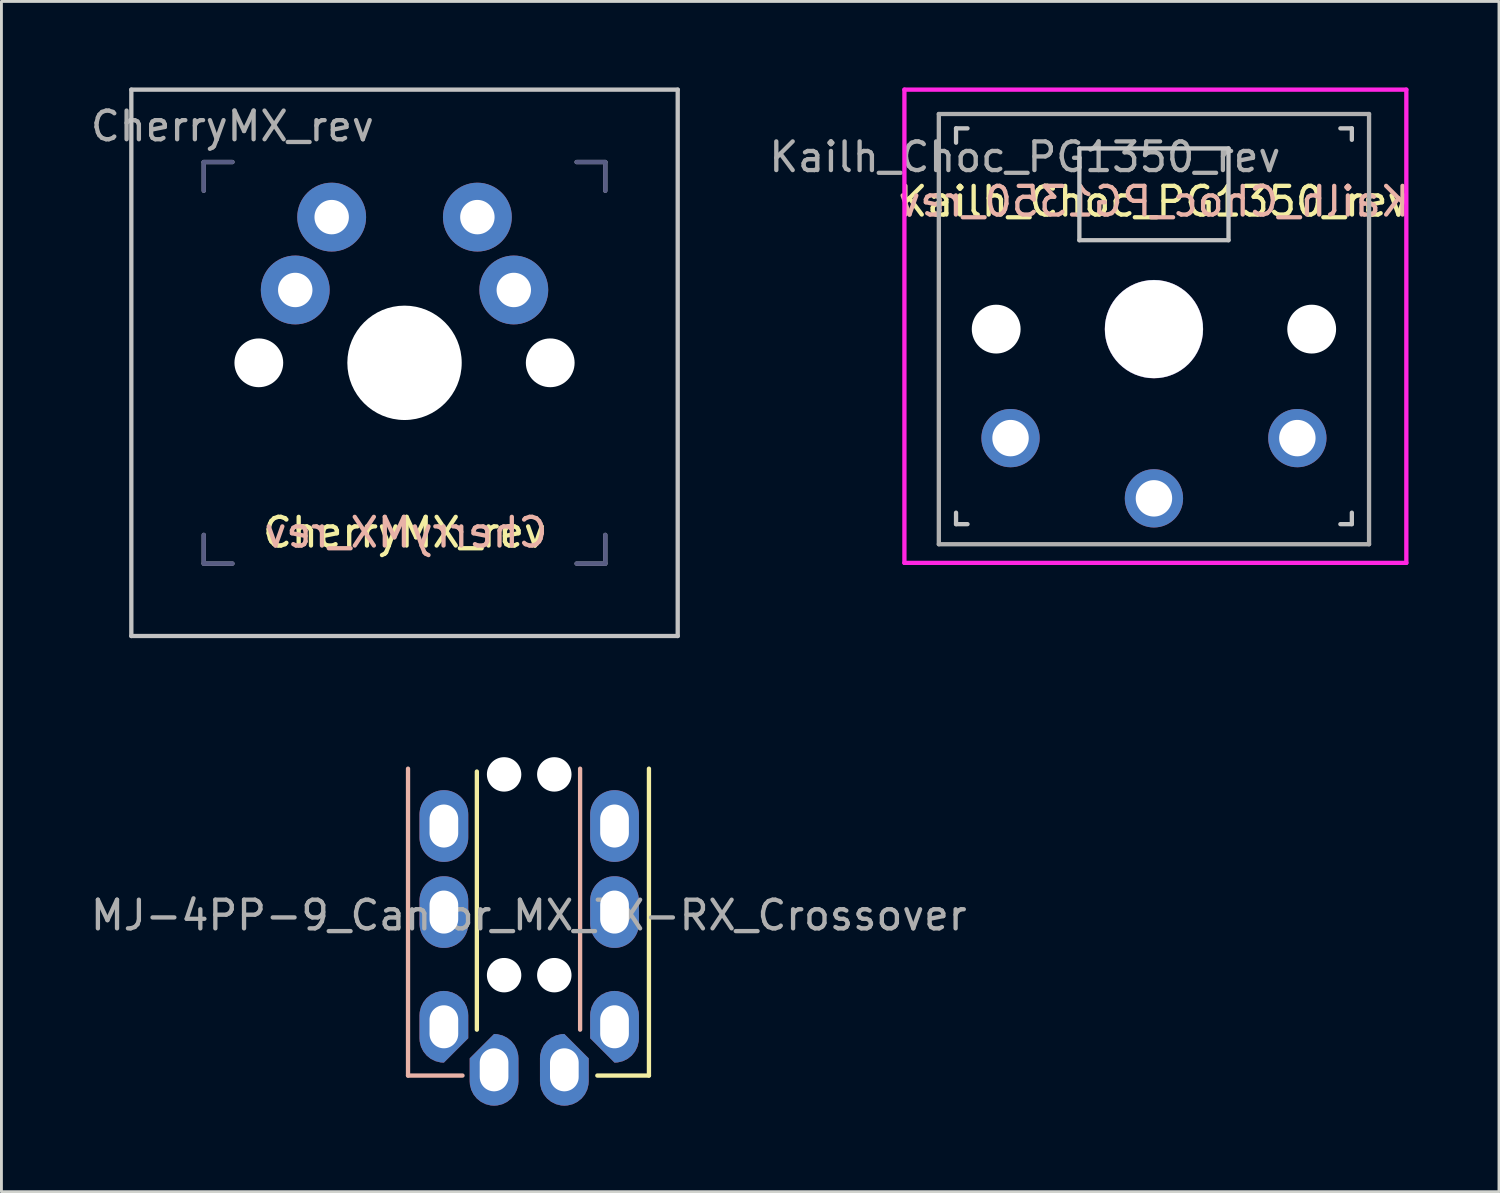
<source format=kicad_pcb>
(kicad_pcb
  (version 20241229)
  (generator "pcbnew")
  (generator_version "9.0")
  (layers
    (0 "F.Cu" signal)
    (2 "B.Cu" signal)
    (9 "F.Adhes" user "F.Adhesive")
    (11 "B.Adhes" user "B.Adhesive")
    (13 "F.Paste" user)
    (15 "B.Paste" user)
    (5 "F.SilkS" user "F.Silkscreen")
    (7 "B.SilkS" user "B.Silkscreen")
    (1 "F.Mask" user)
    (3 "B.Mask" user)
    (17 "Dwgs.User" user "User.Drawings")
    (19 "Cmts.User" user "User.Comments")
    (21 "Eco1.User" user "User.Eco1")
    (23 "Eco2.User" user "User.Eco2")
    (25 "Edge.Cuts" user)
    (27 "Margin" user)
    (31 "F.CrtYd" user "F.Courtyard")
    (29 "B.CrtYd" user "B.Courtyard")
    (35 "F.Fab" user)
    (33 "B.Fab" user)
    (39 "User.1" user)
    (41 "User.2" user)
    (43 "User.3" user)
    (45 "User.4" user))
  (footprint "MJ-4PP-9_Cantor_MX_TX-RX_Crossover"
    (layer "F.Cu")
    (at 16.276 22.45)
    (property "Reference" "MJ-4PP-9_Cantor_MX_TX-RX_Crossover" (at -0.889 6.413 0) (layer "F.Fab") (effects (font (size 1 1) (thickness 0.15))))
    (attr through_hole)
    (fp_line (start -2.7 10.4) (end -2.7 1.4) (stroke (width 0.15) (type solid)) (layer "F.SilkS"))
    (fp_line (start 1.5 12) (end 3.3 12) (stroke (width 0.15) (type solid)) (layer "F.SilkS"))
    (fp_line (start 3.3 1.3) (end 3.3 12) (stroke (width 0.15) (type solid)) (layer "F.SilkS"))
    (fp_line (start -5.1 12) (end -5.1 1.3) (stroke (width 0.15) (type solid)) (layer "B.SilkS"))
    (fp_line (start -5.1 12) (end -3.2 12) (stroke (width 0.15) (type solid)) (layer "B.SilkS"))
    (fp_line (start 0.9 1.3) (end 0.9 10.4) (stroke (width 0.15) (type solid)) (layer "B.SilkS"))
    (pad "" np_thru_hole circle (at -1.75 1.5) (size 1.2 1.2) (drill 1.2) (layers "*.Cu"))
    (pad "" np_thru_hole circle (at -1.75 8.5) (size 1.2 1.2) (drill 1.2) (layers "*.Cu"))
    (pad "" np_thru_hole circle (at 0 1.5) (size 1.2 1.2) (drill 1.2) (layers "*.Cu"))
    (pad "" np_thru_hole circle (at 0 8.5) (size 1.2 1.2) (drill 1.2) (layers "*.Cu"))
    (pad "1" thru_hole roundrect (at -2.1 11.8) (size 1.7 2.5) (drill oval 1 1.5) (layers "*.Cu" "B.Mask") (roundrect_rratio 0.5) (chamfer_ratio 0.5) (chamfer top_left))
    (pad "1" thru_hole roundrect (at 0.35 11.8) (size 1.7 2.5) (drill oval 1 1.5) (layers "*.Cu" "F.Mask") (roundrect_rratio 0.5) (chamfer_ratio 0.5) (chamfer top_right))
    (pad "2" thru_hole roundrect (at -3.85 10.3) (size 1.7 2.5) (drill oval 1 1.5) (layers "*.Cu" "F.Mask") (roundrect_rratio 0.5) (chamfer_ratio 0.5) (chamfer bottom_right))
    (pad "2" thru_hole roundrect (at 2.1 10.3) (size 1.7 2.5) (drill oval 1 1.5) (layers "*.Cu" "B.Mask") (roundrect_rratio 0.5) (chamfer_ratio 0.5) (chamfer bottom_left))
    (pad "3" thru_hole oval (at -3.85 6.3) (size 1.7 2.5) (drill oval 1 1.5) (layers "*.Cu" "F.Mask"))
    (pad "3" thru_hole oval (at 2.1 3.3) (size 1.7 2.5) (drill oval 1 1.5) (layers "*.Cu" "B.Mask"))
    (pad "4" thru_hole oval (at -3.85 3.3) (size 1.7 2.5) (drill oval 1 1.5) (layers "*.Cu" "F.Mask"))
    (pad "4" thru_hole oval (at 2.1 6.3) (size 1.7 2.5) (drill oval 1 1.5) (layers "*.Cu" "B.Mask")))
  (footprint "Kailh_Choc_PG1350_rev"
    (layer "F.Cu")
    (at 37.183 8.425)
    (property "Reference" "Kailh_Choc_PG1350_rev" (at -4.5 -6 0) (layer "F.Fab") (effects (font (size 1 1) (thickness 0.15))))
    (attr through_hole)
    (fp_line (start -6.9 -6.5) (end -6.9 -7) (stroke (width 0.15) (type solid)) (layer "Dwgs.User"))
    (fp_line (start -6.9 6.4) (end -6.9 6.8) (stroke (width 0.15) (type solid)) (layer "Dwgs.User"))
    (fp_line (start -6.5 -7) (end -6.9 -7) (stroke (width 0.15) (type solid)) (layer "Dwgs.User"))
    (fp_line (start -6.5 6.8) (end -6.9 6.8) (stroke (width 0.15) (type solid)) (layer "Dwgs.User"))
    (fp_line (start -2.6 -3.1) (end -2.6 -6.3) (stroke (width 0.15) (type solid)) (layer "Dwgs.User"))
    (fp_line (start -2.6 -3.1) (end 2.6 -3.1) (stroke (width 0.15) (type solid)) (layer "Dwgs.User"))
    (fp_line (start 2.6 -6.3) (end -2.6 -6.3) (stroke (width 0.15) (type solid)) (layer "Dwgs.User"))
    (fp_line (start 2.6 -3.1) (end 2.6 -6.3) (stroke (width 0.15) (type solid)) (layer "Dwgs.User"))
    (fp_line (start 6.9 -7) (end 6.5 -7) (stroke (width 0.15) (type solid)) (layer "Dwgs.User"))
    (fp_line (start 6.9 -7) (end 6.9 -6.6) (stroke (width 0.15) (type solid)) (layer "Dwgs.User"))
    (fp_line (start 6.9 6.4) (end 6.9 6.8) (stroke (width 0.15) (type solid)) (layer "Dwgs.User"))
    (fp_line (start 6.9 6.8) (end 6.5 6.8) (stroke (width 0.15) (type solid)) (layer "Dwgs.User"))
    (fp_line (start -8.7 -8.35) (end -8.7 8.15) (stroke (width 0.15) (type solid)) (layer "F.CrtYd"))
    (fp_line (start -8.7 -8.35) (end 8.8 -8.35) (stroke (width 0.15) (type solid)) (layer "F.CrtYd"))
    (fp_line (start -8.7 8.15) (end 8.8 8.15) (stroke (width 0.15) (type solid)) (layer "F.CrtYd"))
    (fp_line (start 8.8 -8.35) (end 8.8 8.15) (stroke (width 0.15) (type solid)) (layer "F.CrtYd"))
    (fp_line (start -7.5 -7.5) (end 7.5 -7.5) (stroke (width 0.15) (type solid)) (layer "F.Fab"))
    (fp_line (start -7.5 7.5) (end -7.5 -7.5) (stroke (width 0.15) (type solid)) (layer "F.Fab"))
    (fp_line (start 7.5 -7.5) (end 7.5 7.5) (stroke (width 0.15) (type solid)) (layer "F.Fab"))
    (fp_line (start 7.5 7.5) (end -7.5 7.5) (stroke (width 0.15) (type solid)) (layer "F.Fab"))
    (fp_text user "${REFERENCE}" (at 0 -4.45 0) (unlocked yes) (layer "F.SilkS") (effects (font (size 1 1) (thickness 0.15))))
    (fp_text user "${REFERENCE}" (at 0 -4.45 0) (unlocked yes) (layer "B.SilkS") (effects (font (size 1 1) (thickness 0.15)) (justify mirror)))
    (pad "" np_thru_hole circle (at -5.5 0) (size 1.702 1.702) (drill 1.75) (layers "*.Cu" "*.Mask"))
    (pad "" np_thru_hole circle (at 0 0) (size 3.429 3.429) (drill 3.42) (layers "*.Cu" "*.Mask"))
    (pad "" np_thru_hole circle (at 5.5 0) (size 1.702 1.702) (drill 1.75) (layers "*.Cu" "*.Mask"))
    (pad "1" thru_hole circle (at 0 5.9) (size 2.032 2.032) (drill 1.27) (layers "*.Cu" "*.Mask"))
    (pad "2" thru_hole circle (at -5 3.8) (size 2.032 2.032) (drill 1.27) (layers "*.Cu" "*.Mask"))
    (pad "2" thru_hole circle (at 5 3.8) (size 2.032 2.032) (drill 1.27) (layers "*.Cu" "*.Mask")))
  (footprint "CherryMX_rev"
    (layer "F.Cu")
    (at 11.054 9.6)
    (property "Reference" "CherryMX_rev" (at -6 -8.25 180) (layer "F.Fab") (effects (font (size 1 1) (thickness 0.15))))
    (attr through_hole)
    (fp_line (start -9.525 9.525) (end -9.525 -9.525) (stroke (width 0.15) (type solid)) (layer "Dwgs.User"))
    (fp_line (start 9.525 -9.525) (end -9.525 -9.525) (stroke (width 0.15) (type solid)) (layer "Dwgs.User"))
    (fp_line (start 9.525 9.525) (end -9.525 9.525) (stroke (width 0.15) (type solid)) (layer "Dwgs.User"))
    (fp_line (start 9.525 9.525) (end 9.525 -9.525) (stroke (width 0.15) (type solid)) (layer "Dwgs.User"))
    (fp_line (start -7 -7) (end -7 -6) (stroke (width 0.15) (type solid)) (layer "B.Fab"))
    (fp_line (start -7 6) (end -7 7) (stroke (width 0.15) (type solid)) (layer "B.Fab"))
    (fp_line (start -7 7) (end -6 7) (stroke (width 0.15) (type solid)) (layer "B.Fab"))
    (fp_line (start -6 -7) (end -7 -7) (stroke (width 0.15) (type solid)) (layer "B.Fab"))
    (fp_line (start 6 7) (end 7 7) (stroke (width 0.15) (type solid)) (layer "B.Fab"))
    (fp_line (start 7 -7) (end 6 -7) (stroke (width 0.15) (type solid)) (layer "B.Fab"))
    (fp_line (start 7 -6) (end 7 -7) (stroke (width 0.15) (type solid)) (layer "B.Fab"))
    (fp_line (start 7 7) (end 7 6) (stroke (width 0.15) (type solid)) (layer "B.Fab"))
    (fp_line (start -7 -7) (end -7 -6) (stroke (width 0.15) (type solid)) (layer "F.Fab"))
    (fp_line (start -7 6) (end -7 7) (stroke (width 0.15) (type solid)) (layer "F.Fab"))
    (fp_line (start -7 7) (end -6 7) (stroke (width 0.15) (type solid)) (layer "F.Fab"))
    (fp_line (start -6 -7) (end -7 -7) (stroke (width 0.15) (type solid)) (layer "F.Fab"))
    (fp_line (start 6 7) (end 7 7) (stroke (width 0.15) (type solid)) (layer "F.Fab"))
    (fp_line (start 7 -7) (end 6 -7) (stroke (width 0.15) (type solid)) (layer "F.Fab"))
    (fp_line (start 7 -6) (end 7 -7) (stroke (width 0.15) (type solid)) (layer "F.Fab"))
    (fp_line (start 7 7) (end 7 6) (stroke (width 0.15) (type solid)) (layer "F.Fab"))
    (fp_text user "${REFERENCE}" (at 0 6.5 0) (unlocked yes) (layer "F.SilkS") (effects (font (size 1 1) (thickness 0.15)) (justify bottom)))
    (fp_text user "${REFERENCE}" (at 0.05 6.5 0) (unlocked yes) (layer "B.SilkS") (effects (font (size 1 1) (thickness 0.15)) (justify bottom mirror)))
    (pad "" np_thru_hole circle (at -5.08 0) (size 1.7 1.7) (drill 1.7) (layers "*.Cu"))
    (pad "" np_thru_hole circle (at 0 0) (size 3.988 3.988) (drill 3.988) (layers "*.Cu"))
    (pad "" np_thru_hole circle (at 5.08 0) (size 1.7 1.7) (drill 1.7) (layers "*.Cu"))
    (pad "1" thru_hole circle (at -3.81 -2.54) (size 2.4 2.4) (drill 1.2) (layers "*.Cu" "B.Mask"))
    (pad "1" thru_hole circle (at 3.81 -2.54) (size 2.4 2.4) (drill 1.2) (layers "*.Cu" "F.Mask"))
    (pad "2" thru_hole circle (at -2.54 -5.08) (size 2.4 2.4) (drill 1.2) (layers "*.Cu" "F.Mask"))
    (pad "2" thru_hole circle (at 2.54 -5.08) (size 2.4 2.4) (drill 1.2) (layers "*.Cu" "B.Mask")))
  (gr_rect
    (start -3 -3)
    (end 49.213 38.5)
    (stroke (width 0.1) (type default))
    (fill no)
    (layer "Edge.Cuts")))
</source>
